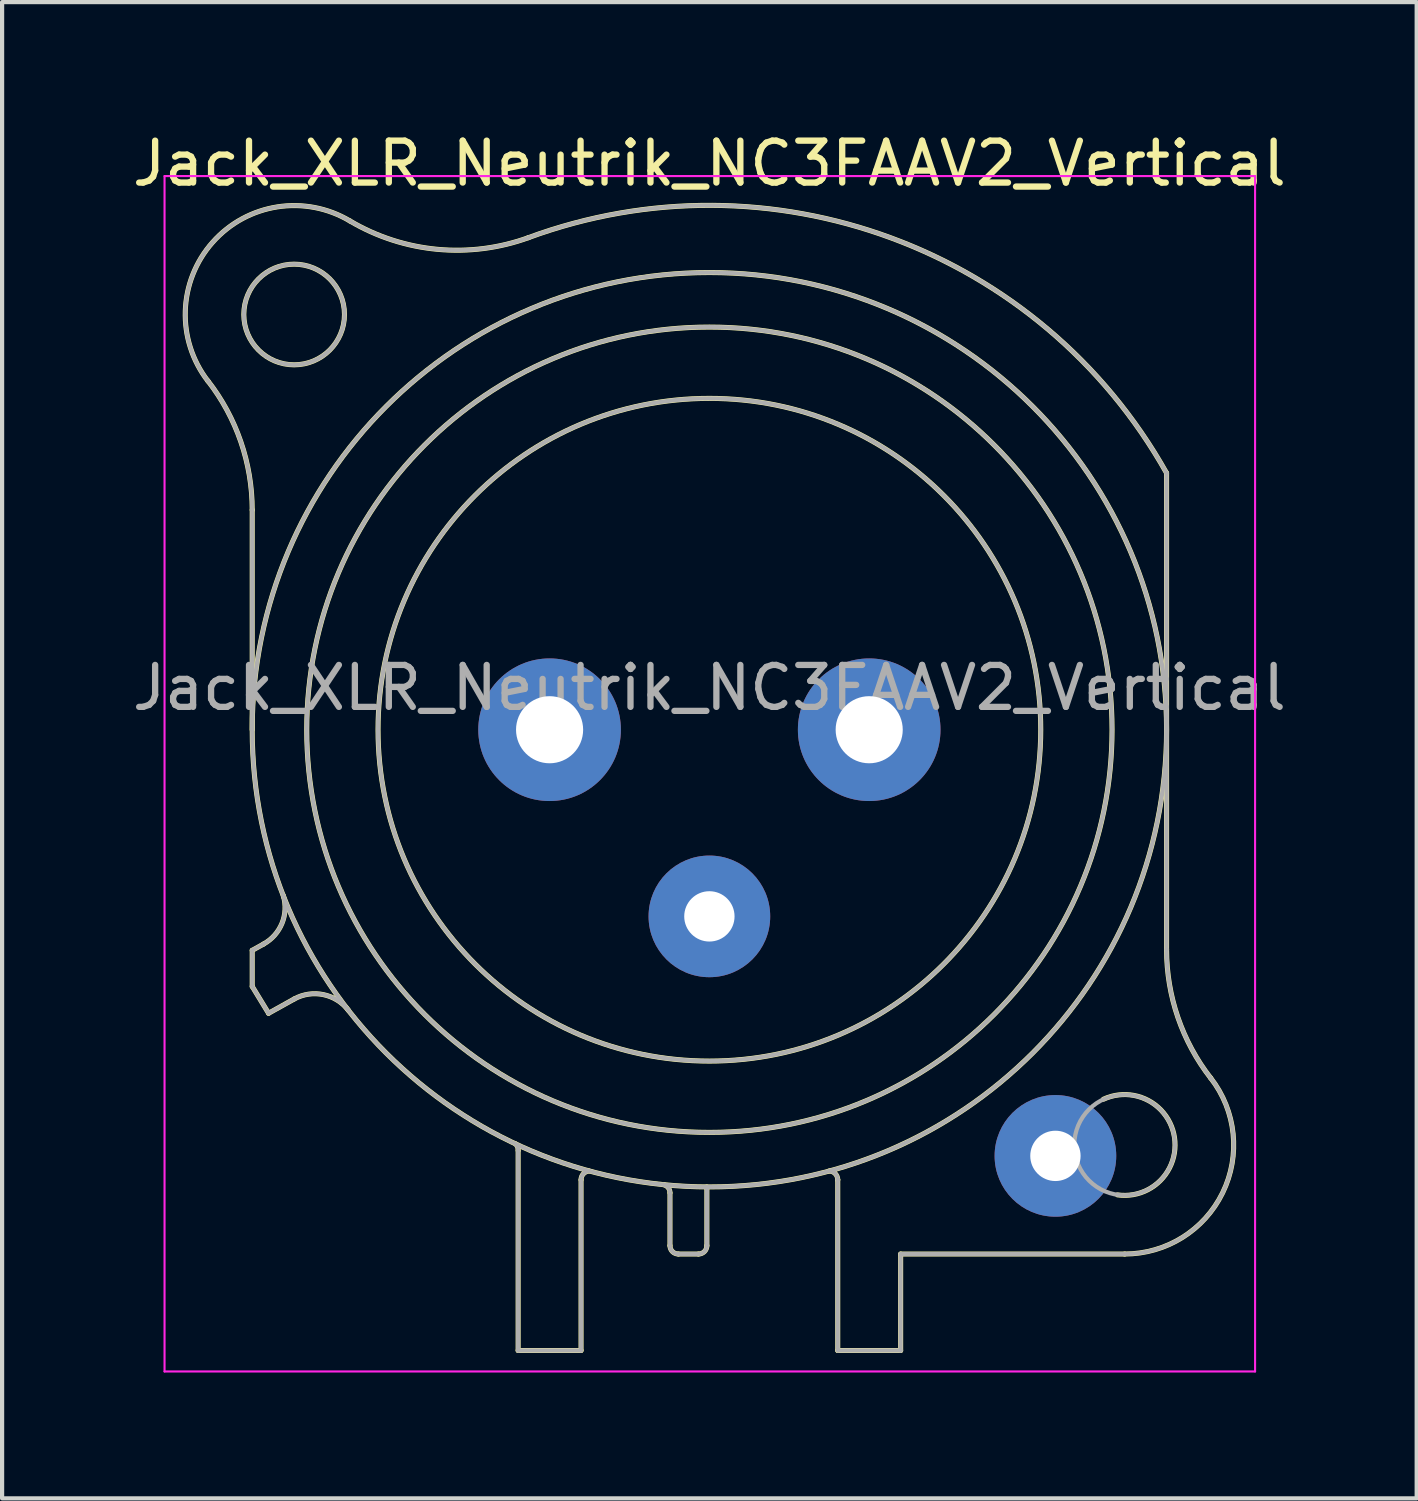
<source format=kicad_pcb>
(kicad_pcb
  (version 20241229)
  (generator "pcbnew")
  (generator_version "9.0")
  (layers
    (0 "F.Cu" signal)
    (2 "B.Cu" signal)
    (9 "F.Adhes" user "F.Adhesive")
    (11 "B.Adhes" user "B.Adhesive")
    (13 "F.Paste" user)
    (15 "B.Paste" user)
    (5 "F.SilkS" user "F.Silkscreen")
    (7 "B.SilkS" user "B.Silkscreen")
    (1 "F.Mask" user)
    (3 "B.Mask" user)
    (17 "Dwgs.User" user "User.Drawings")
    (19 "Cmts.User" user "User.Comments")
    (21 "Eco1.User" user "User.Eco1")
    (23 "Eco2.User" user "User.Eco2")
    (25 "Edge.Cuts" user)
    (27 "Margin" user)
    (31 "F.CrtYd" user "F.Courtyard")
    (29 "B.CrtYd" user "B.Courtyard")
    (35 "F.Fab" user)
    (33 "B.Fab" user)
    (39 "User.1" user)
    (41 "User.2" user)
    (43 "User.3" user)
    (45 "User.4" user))
  (footprint "Jack_XLR_Neutrik_NC3FAAV2_Vertical"
    (layer "F.Cu")
    (at 17.673 14.348)
    (property "Reference" "Jack_XLR_Neutrik_NC3FAAV2_Vertical" (at -3.81 -13.5 0) (layer "F.SilkS") (effects (font (size 1 1) (thickness 0.15))))
    (attr through_hole)
    (fp_line (start -14.71 0) (end -14.71 -5.24) (stroke (width 0.12) (type solid)) (layer "F.SilkS"))
    (fp_line (start -14.71 5.26) (end -14.44 5.11) (stroke (width 0.12) (type solid)) (layer "F.SilkS"))
    (fp_line (start -14.71 6.12) (end -14.71 5.26) (stroke (width 0.12) (type solid)) (layer "F.SilkS"))
    (fp_line (start -14.32 6.76) (end -14.71 6.12) (stroke (width 0.12) (type solid)) (layer "F.SilkS"))
    (fp_line (start -13.71 6.42) (end -14.32 6.76) (stroke (width 0.12) (type solid)) (layer "F.SilkS"))
    (fp_line (start -8.37 10.03) (end -8.37 14.8) (stroke (width 0.12) (type solid)) (layer "F.SilkS"))
    (fp_line (start -6.87 14.8) (end -8.37 14.8) (stroke (width 0.12) (type solid)) (layer "F.SilkS"))
    (fp_line (start -6.87 14.8) (end -6.87 10.73) (stroke (width 0.12) (type solid)) (layer "F.SilkS"))
    (fp_line (start -4.75 11.04) (end -4.75 12.3) (stroke (width 0.12) (type solid)) (layer "F.SilkS"))
    (fp_line (start -4.07 12.5) (end -4.55 12.5) (stroke (width 0.12) (type solid)) (layer "F.SilkS"))
    (fp_line (start -3.87 10.9) (end -3.87 12.3) (stroke (width 0.12) (type solid)) (layer "F.SilkS"))
    (fp_line (start -0.75 10.73) (end -0.75 10.73) (stroke (width 0.12) (type solid)) (layer "F.SilkS"))
    (fp_line (start -0.75 14.8) (end -0.75 10.73) (stroke (width 0.12) (type solid)) (layer "F.SilkS"))
    (fp_line (start 0.75 12.5) (end 6.09 12.5) (stroke (width 0.12) (type solid)) (layer "F.SilkS"))
    (fp_line (start 0.75 14.8) (end -0.75 14.8) (stroke (width 0.12) (type solid)) (layer "F.SilkS"))
    (fp_line (start 0.75 14.8) (end 0.75 12.5) (stroke (width 0.12) (type solid)) (layer "F.SilkS"))
    (fp_line (start 7.09 5.24) (end 7.09 -6.12) (stroke (width 0.12) (type solid)) (layer "F.SilkS"))
    (fp_arc (start -15.766689 -8.317569) (mid -14.98153 -6.866962) (end -14.71 -5.24) (stroke (width 0.12) (type solid)) (layer "F.SilkS"))
    (fp_arc (start -15.761979 -8.309032) (mid -15.65429 -11.620911) (end -12.38 -12.13) (stroke (width 0.12) (type solid)) (layer "F.SilkS"))
    (fp_arc (start -13.969214 3.951372) (mid -13.999461 4.614043) (end -14.44 5.11) (stroke (width 0.12) (type solid)) (layer "F.SilkS"))
    (fp_arc (start -13.71 6.42) (mid -13.01025 6.315915) (end -12.412202 6.693832) (stroke (width 0.12) (type solid)) (layer "F.SilkS"))
    (fp_arc (start -8.436364 9.870864) (mid -8.385177 9.942924) (end -8.37 10.03) (stroke (width 0.12) (type solid)) (layer "F.SilkS"))
    (fp_arc (start -8.12905 -11.730738) (mid 0.51404 -11.7289) (end 7.09 -6.12) (stroke (width 0.12) (type solid)) (layer "F.SilkS"))
    (fp_arc (start -8.118081 -11.733841) (mid -10.293498 -11.453642) (end -12.38 -12.13) (stroke (width 0.12) (type solid)) (layer "F.SilkS"))
    (fp_arc (start -6.87 10.73) (mid -6.814828 10.588126) (end -6.678303 10.520799) (stroke (width 0.12) (type solid)) (layer "F.SilkS"))
    (fp_arc (start -4.908418 10.84437) (mid -4.794571 10.914136) (end -4.75 11.04) (stroke (width 0.12) (type solid)) (layer "F.SilkS"))
    (fp_arc (start -4.55 12.5) (mid -4.691421 12.441421) (end -4.75 12.3) (stroke (width 0.12) (type solid)) (layer "F.SilkS"))
    (fp_arc (start -3.87 12.3) (mid -3.928579 12.441421) (end -4.07 12.5) (stroke (width 0.12) (type solid)) (layer "F.SilkS"))
    (fp_arc (start -0.949009 10.520288) (mid -0.807671 10.585446) (end -0.75 10.73) (stroke (width 0.12) (type solid)) (layer "F.SilkS"))
    (fp_arc (start 5.584454 8.809393) (mid 7.279278 9.725021) (end 5.92 11.09) (stroke (width 0.12) (type solid)) (layer "F.SilkS"))
    (fp_arc (start 8.141619 8.302858) (mid 8.42587 11.041804) (end 6.09 12.5) (stroke (width 0.12) (type solid)) (layer "F.SilkS"))
    (fp_arc (start 8.14247 8.305283) (mid 7.360446 6.860467) (end 7.09 5.24) (stroke (width 0.12) (type solid)) (layer "F.SilkS"))
    (fp_circle (center -13.71 -9.9) (end -12.51 -9.9) (stroke (width 0.12) (type solid)) (fill no) (layer "F.SilkS"))
    (fp_circle (center -3.81 0) (end 4.09 0) (stroke (width 0.12) (type solid)) (fill no) (layer "F.SilkS"))
    (fp_circle (center -3.81 0) (end 5.79 0) (stroke (width 0.12) (type solid)) (fill no) (layer "F.SilkS"))
    (fp_circle (center -3.81 0) (end 7.09 0) (stroke (width 0.12) (type solid)) (fill no) (layer "F.SilkS"))
    (fp_line (start -16.8 -13.2) (end 9.2 -13.2) (stroke (width 0.05) (type solid)) (layer "F.CrtYd"))
    (fp_line (start -16.8 15.3) (end -16.8 -13.2) (stroke (width 0.05) (type solid)) (layer "F.CrtYd"))
    (fp_line (start 9.2 -13.2) (end 9.2 15.3) (stroke (width 0.05) (type solid)) (layer "F.CrtYd"))
    (fp_line (start 9.2 15.3) (end -16.8 15.3) (stroke (width 0.05) (type solid)) (layer "F.CrtYd"))
    (fp_line (start -14.71 0) (end -14.71 -5.24) (stroke (width 0.1) (type solid)) (layer "F.Fab"))
    (fp_line (start -14.71 5.26) (end -14.44 5.11) (stroke (width 0.1) (type solid)) (layer "F.Fab"))
    (fp_line (start -14.71 6.12) (end -14.71 5.26) (stroke (width 0.1) (type solid)) (layer "F.Fab"))
    (fp_line (start -14.32 6.76) (end -14.71 6.12) (stroke (width 0.1) (type solid)) (layer "F.Fab"))
    (fp_line (start -13.71 6.42) (end -14.32 6.76) (stroke (width 0.1) (type solid)) (layer "F.Fab"))
    (fp_line (start -8.37 10.03) (end -8.37 14.8) (stroke (width 0.1) (type solid)) (layer "F.Fab"))
    (fp_line (start -6.87 14.8) (end -8.37 14.8) (stroke (width 0.1) (type solid)) (layer "F.Fab"))
    (fp_line (start -6.87 14.8) (end -6.87 10.73) (stroke (width 0.1) (type solid)) (layer "F.Fab"))
    (fp_line (start -4.75 11.04) (end -4.75 12.3) (stroke (width 0.1) (type solid)) (layer "F.Fab"))
    (fp_line (start -4.07 12.5) (end -4.55 12.5) (stroke (width 0.1) (type solid)) (layer "F.Fab"))
    (fp_line (start -3.87 10.9) (end -3.87 12.3) (stroke (width 0.1) (type solid)) (layer "F.Fab"))
    (fp_line (start -0.75 10.73) (end -0.75 10.73) (stroke (width 0.1) (type solid)) (layer "F.Fab"))
    (fp_line (start -0.75 14.8) (end -0.75 10.73) (stroke (width 0.1) (type solid)) (layer "F.Fab"))
    (fp_line (start 0.75 12.5) (end 6.09 12.5) (stroke (width 0.1) (type solid)) (layer "F.Fab"))
    (fp_line (start 0.75 14.8) (end -0.75 14.8) (stroke (width 0.1) (type solid)) (layer "F.Fab"))
    (fp_line (start 0.75 14.8) (end 0.75 12.5) (stroke (width 0.1) (type solid)) (layer "F.Fab"))
    (fp_line (start 7.09 5.24) (end 7.09 -6.12) (stroke (width 0.1) (type solid)) (layer "F.Fab"))
    (fp_arc (start -15.766689 -8.317569) (mid -14.98153 -6.866962) (end -14.71 -5.24) (stroke (width 0.1) (type solid)) (layer "F.Fab"))
    (fp_arc (start -15.761979 -8.309032) (mid -15.65429 -11.620911) (end -12.38 -12.13) (stroke (width 0.1) (type solid)) (layer "F.Fab"))
    (fp_arc (start -13.969214 3.951372) (mid -13.999461 4.614043) (end -14.44 5.11) (stroke (width 0.1) (type solid)) (layer "F.Fab"))
    (fp_arc (start -13.71 6.42) (mid -13.01025 6.315915) (end -12.412202 6.693832) (stroke (width 0.1) (type solid)) (layer "F.Fab"))
    (fp_arc (start -8.436364 9.870864) (mid -8.385177 9.942924) (end -8.37 10.03) (stroke (width 0.1) (type solid)) (layer "F.Fab"))
    (fp_arc (start -8.12905 -11.730738) (mid 0.51404 -11.7289) (end 7.09 -6.12) (stroke (width 0.1) (type solid)) (layer "F.Fab"))
    (fp_arc (start -8.118081 -11.733841) (mid -10.293498 -11.453642) (end -12.38 -12.13) (stroke (width 0.1) (type solid)) (layer "F.Fab"))
    (fp_arc (start -6.87 10.73) (mid -6.814828 10.588126) (end -6.678303 10.520799) (stroke (width 0.1) (type solid)) (layer "F.Fab"))
    (fp_arc (start -4.908418 10.84437) (mid -4.794571 10.914136) (end -4.75 11.04) (stroke (width 0.1) (type solid)) (layer "F.Fab"))
    (fp_arc (start -4.55 12.5) (mid -4.691421 12.441421) (end -4.75 12.3) (stroke (width 0.1) (type solid)) (layer "F.Fab"))
    (fp_arc (start -3.87 12.3) (mid -3.928579 12.441421) (end -4.07 12.5) (stroke (width 0.1) (type solid)) (layer "F.Fab"))
    (fp_arc (start -0.949009 10.520288) (mid -0.807671 10.585446) (end -0.75 10.73) (stroke (width 0.1) (type solid)) (layer "F.Fab"))
    (fp_arc (start 8.141619 8.302858) (mid 8.42587 11.041804) (end 6.09 12.5) (stroke (width 0.1) (type solid)) (layer "F.Fab"))
    (fp_arc (start 8.14247 8.305283) (mid 7.360446 6.860467) (end 7.09 5.24) (stroke (width 0.1) (type solid)) (layer "F.Fab"))
    (fp_circle (center -13.71 -9.9) (end -12.51 -9.9) (stroke (width 0.1) (type solid)) (fill no) (layer "F.Fab"))
    (fp_circle (center -3.81 0) (end 4.09 0) (stroke (width 0.1) (type solid)) (fill no) (layer "F.Fab"))
    (fp_circle (center -3.81 0) (end 5.79 0) (stroke (width 0.1) (type solid)) (fill no) (layer "F.Fab"))
    (fp_circle (center -3.81 0) (end 7.09 0) (stroke (width 0.1) (type solid)) (fill no) (layer "F.Fab"))
    (fp_circle (center 6.09 9.9) (end 7.29 9.9) (stroke (width 0.1) (type solid)) (fill no) (layer "F.Fab"))
    (fp_text user "${REFERENCE}" (at -3.81 -1 0) (layer "F.Fab") (effects (font (size 1 1) (thickness 0.15))))
    (pad "1" thru_hole circle (at 0 0) (size 3.4 3.4) (drill 1.6) (layers "*.Cu" "*.Mask"))
    (pad "2" thru_hole circle (at -7.62 0) (size 3.4 3.4) (drill 1.6) (layers "*.Cu" "*.Mask"))
    (pad "3" thru_hole circle (at -3.81 4.45) (size 2.9 2.9) (drill 1.2) (layers "*.Cu" "*.Mask"))
    (pad "G" thru_hole circle (at 4.44 10.16) (size 2.9 2.9) (drill 1.2) (layers "*.Cu" "*.Mask")))
  (gr_rect
    (start -3 -3)
    (end 30.726 32.673)
    (stroke (width 0.1) (type default))
    (fill no)
    (layer "Edge.Cuts")))
</source>
